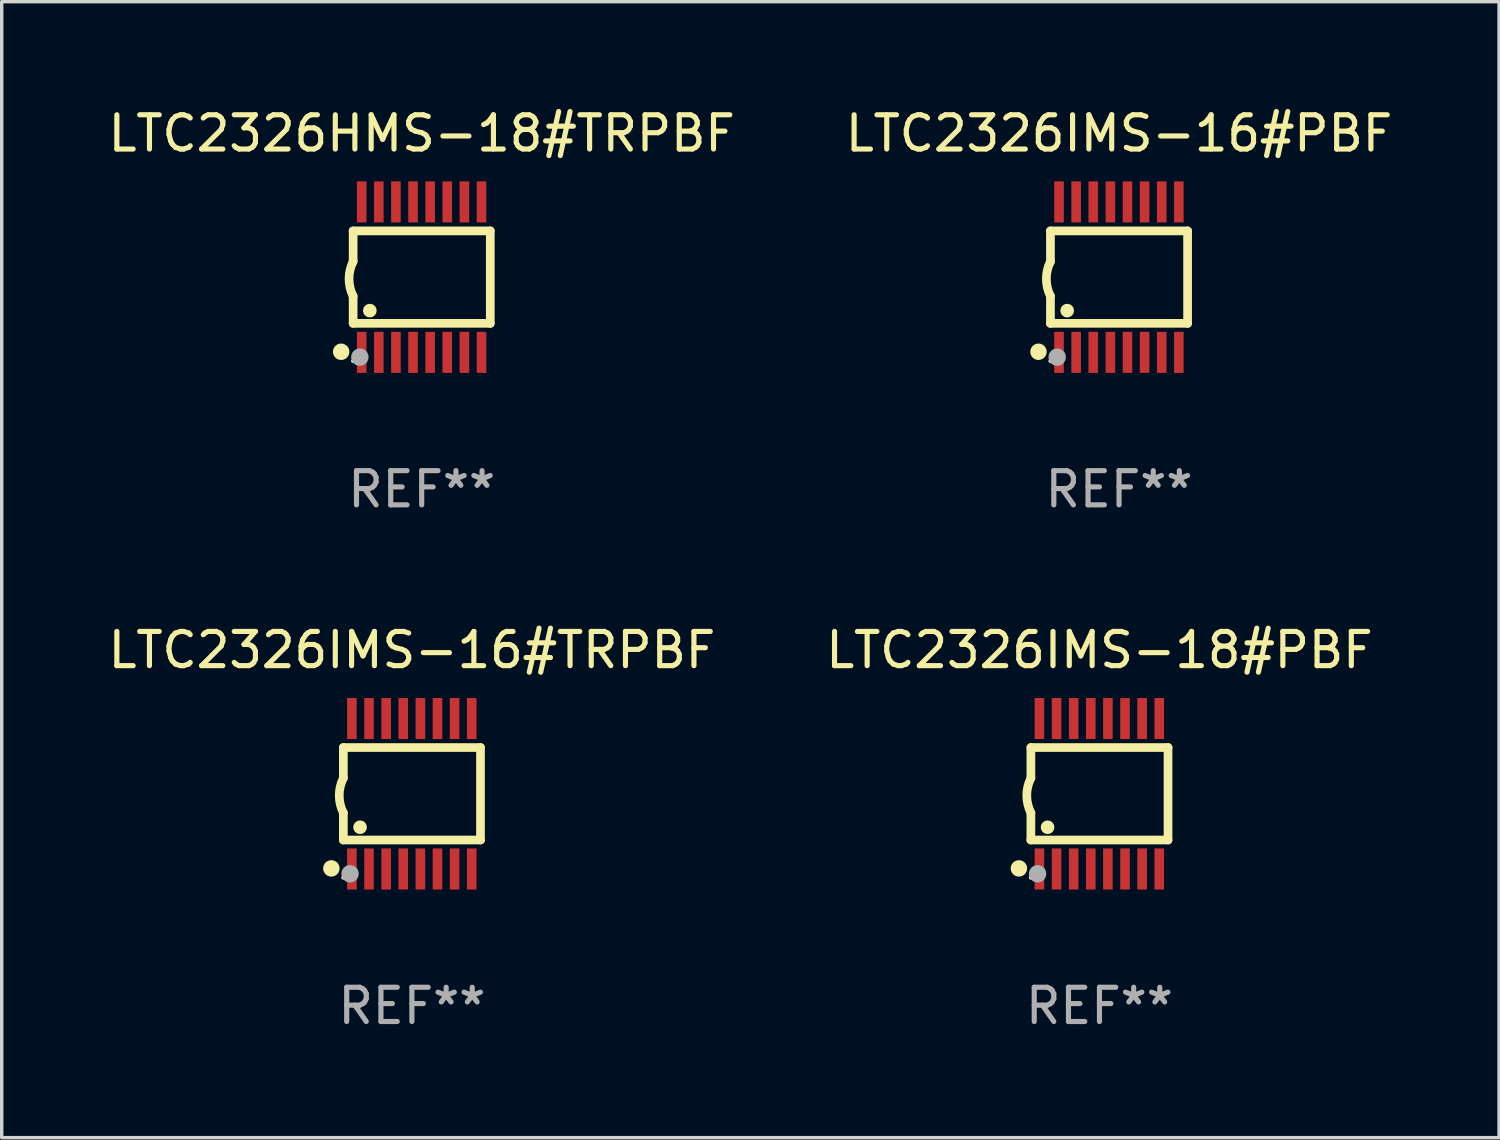
<source format=kicad_pcb>
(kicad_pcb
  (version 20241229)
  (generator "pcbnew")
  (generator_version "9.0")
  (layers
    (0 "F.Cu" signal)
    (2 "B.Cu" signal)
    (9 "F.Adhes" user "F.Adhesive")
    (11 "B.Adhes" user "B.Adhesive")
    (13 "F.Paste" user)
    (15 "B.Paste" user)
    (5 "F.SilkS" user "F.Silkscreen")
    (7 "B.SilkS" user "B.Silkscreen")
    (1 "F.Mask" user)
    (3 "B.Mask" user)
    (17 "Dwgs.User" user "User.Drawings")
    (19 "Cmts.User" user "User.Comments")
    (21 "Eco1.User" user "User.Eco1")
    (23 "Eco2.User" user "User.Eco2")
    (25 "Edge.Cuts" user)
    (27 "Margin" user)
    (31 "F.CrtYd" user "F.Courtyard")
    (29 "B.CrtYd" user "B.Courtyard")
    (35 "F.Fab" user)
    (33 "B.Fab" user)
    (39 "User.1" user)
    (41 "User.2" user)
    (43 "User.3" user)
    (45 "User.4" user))
  (footprint "LTC2326IMS-18#PBF"
    (layer "F.Cu")
    (at 29.065 20.136)
    (property "Reference" "LTC2326IMS-18#PBF" (at 0 -4.197 0) (layer "F.SilkS") (effects (font (size 1 1) (thickness 0.15))))
    (attr through_hole)
    (fp_line (start -2.003 -1.35) (end -2.003 -0.457) (stroke (width 0.254) (type solid)) (layer "F.SilkS"))
    (fp_line (start -2.003 -1.35) (end 2.003 -1.35) (stroke (width 0.254) (type solid)) (layer "F.SilkS"))
    (fp_line (start -2.003 1.35) (end -2.003 0.559) (stroke (width 0.254) (type solid)) (layer "F.SilkS"))
    (fp_line (start -2.003 1.35) (end 2.003 1.35) (stroke (width 0.254) (type solid)) (layer "F.SilkS"))
    (fp_line (start 2.003 -1.35) (end 2.003 1.35) (stroke (width 0.254) (type solid)) (layer "F.SilkS"))
    (fp_arc (start -2.002286 0.558802) (mid -2.122556 0.05092) (end -2.003302 -0.457201) (stroke (width 0.254001) (type solid)) (layer "F.SilkS"))
    (fp_circle (center -2.353 2.18) (end -2.233 2.18) (stroke (width 0.24) (type solid)) (fill no) (layer "F.SilkS"))
    (fp_circle (center -2.003 2.45) (end -1.973 2.45) (stroke (width 0.06) (type solid)) (fill no) (layer "F.SilkS"))
    (fp_circle (center -1.515 0.978) (end -1.415 0.978) (stroke (width 0.2) (type solid)) (fill no) (layer "F.SilkS"))
    (fp_circle (center -1.807 2.337) (end -1.68 2.337) (stroke (width 0.254) (type solid)) (fill no) (layer "F.Fab"))
    (fp_text user "REF**" (at 0 6.197 0) (layer "F.Fab") (effects (font (size 1 1) (thickness 0.15))))
    (pad "1" smd rect (at -1.753 2.197 90) (size 1.2 0.28) (layers "F.Cu" "F.Mask" "F.Paste"))
    (pad "2" smd rect (at -1.253 2.197 90) (size 1.2 0.28) (layers "F.Cu" "F.Mask" "F.Paste"))
    (pad "3" smd rect (at -0.753 2.197 90) (size 1.2 0.28) (layers "F.Cu" "F.Mask" "F.Paste"))
    (pad "4" smd rect (at -0.253 2.197 90) (size 1.2 0.28) (layers "F.Cu" "F.Mask" "F.Paste"))
    (pad "5" smd rect (at 0.247 2.197 90) (size 1.2 0.28) (layers "F.Cu" "F.Mask" "F.Paste"))
    (pad "6" smd rect (at 0.747 2.197 90) (size 1.2 0.28) (layers "F.Cu" "F.Mask" "F.Paste"))
    (pad "7" smd rect (at 1.247 2.197 90) (size 1.2 0.28) (layers "F.Cu" "F.Mask" "F.Paste"))
    (pad "8" smd rect (at 1.747 2.197 90) (size 1.2 0.28) (layers "F.Cu" "F.Mask" "F.Paste"))
    (pad "9" smd rect (at 1.747 -2.197 90) (size 1.2 0.28) (layers "F.Cu" "F.Mask" "F.Paste"))
    (pad "10" smd rect (at 1.247 -2.197 90) (size 1.2 0.28) (layers "F.Cu" "F.Mask" "F.Paste"))
    (pad "11" smd rect (at 0.747 -2.197 90) (size 1.2 0.28) (layers "F.Cu" "F.Mask" "F.Paste"))
    (pad "12" smd rect (at 0.247 -2.197 90) (size 1.2 0.28) (layers "F.Cu" "F.Mask" "F.Paste"))
    (pad "13" smd rect (at -0.253 -2.197 90) (size 1.2 0.28) (layers "F.Cu" "F.Mask" "F.Paste"))
    (pad "14" smd rect (at -0.753 -2.197 90) (size 1.2 0.28) (layers "F.Cu" "F.Mask" "F.Paste"))
    (pad "15" smd rect (at -1.253 -2.197 90) (size 1.2 0.28) (layers "F.Cu" "F.Mask" "F.Paste"))
    (pad "16" smd rect (at -1.753 -2.197 90) (size 1.2 0.28) (layers "F.Cu" "F.Mask" "F.Paste")))
  (footprint "LTC2326IMS-16#TRPBF"
    (layer "F.Cu")
    (at 8.982 20.136)
    (property "Reference" "LTC2326IMS-16#TRPBF" (at 0 -4.197 0) (layer "F.SilkS") (effects (font (size 1 1) (thickness 0.15))))
    (attr through_hole)
    (fp_line (start -2.003 -1.35) (end -2.003 -0.457) (stroke (width 0.254) (type solid)) (layer "F.SilkS"))
    (fp_line (start -2.003 -1.35) (end 2.003 -1.35) (stroke (width 0.254) (type solid)) (layer "F.SilkS"))
    (fp_line (start -2.003 1.35) (end -2.003 0.559) (stroke (width 0.254) (type solid)) (layer "F.SilkS"))
    (fp_line (start -2.003 1.35) (end 2.003 1.35) (stroke (width 0.254) (type solid)) (layer "F.SilkS"))
    (fp_line (start 2.003 -1.35) (end 2.003 1.35) (stroke (width 0.254) (type solid)) (layer "F.SilkS"))
    (fp_arc (start -2.002286 0.558802) (mid -2.122556 0.05092) (end -2.003302 -0.457201) (stroke (width 0.254001) (type solid)) (layer "F.SilkS"))
    (fp_circle (center -2.353 2.18) (end -2.233 2.18) (stroke (width 0.24) (type solid)) (fill no) (layer "F.SilkS"))
    (fp_circle (center -2.003 2.45) (end -1.973 2.45) (stroke (width 0.06) (type solid)) (fill no) (layer "F.SilkS"))
    (fp_circle (center -1.515 0.978) (end -1.415 0.978) (stroke (width 0.2) (type solid)) (fill no) (layer "F.SilkS"))
    (fp_circle (center -1.807 2.337) (end -1.68 2.337) (stroke (width 0.254) (type solid)) (fill no) (layer "F.Fab"))
    (fp_text user "REF**" (at 0 6.197 0) (layer "F.Fab") (effects (font (size 1 1) (thickness 0.15))))
    (pad "1" smd rect (at -1.753 2.197 90) (size 1.2 0.28) (layers "F.Cu" "F.Mask" "F.Paste"))
    (pad "2" smd rect (at -1.253 2.197 90) (size 1.2 0.28) (layers "F.Cu" "F.Mask" "F.Paste"))
    (pad "3" smd rect (at -0.753 2.197 90) (size 1.2 0.28) (layers "F.Cu" "F.Mask" "F.Paste"))
    (pad "4" smd rect (at -0.253 2.197 90) (size 1.2 0.28) (layers "F.Cu" "F.Mask" "F.Paste"))
    (pad "5" smd rect (at 0.247 2.197 90) (size 1.2 0.28) (layers "F.Cu" "F.Mask" "F.Paste"))
    (pad "6" smd rect (at 0.747 2.197 90) (size 1.2 0.28) (layers "F.Cu" "F.Mask" "F.Paste"))
    (pad "7" smd rect (at 1.247 2.197 90) (size 1.2 0.28) (layers "F.Cu" "F.Mask" "F.Paste"))
    (pad "8" smd rect (at 1.747 2.197 90) (size 1.2 0.28) (layers "F.Cu" "F.Mask" "F.Paste"))
    (pad "9" smd rect (at 1.747 -2.197 90) (size 1.2 0.28) (layers "F.Cu" "F.Mask" "F.Paste"))
    (pad "10" smd rect (at 1.247 -2.197 90) (size 1.2 0.28) (layers "F.Cu" "F.Mask" "F.Paste"))
    (pad "11" smd rect (at 0.747 -2.197 90) (size 1.2 0.28) (layers "F.Cu" "F.Mask" "F.Paste"))
    (pad "12" smd rect (at 0.247 -2.197 90) (size 1.2 0.28) (layers "F.Cu" "F.Mask" "F.Paste"))
    (pad "13" smd rect (at -0.253 -2.197 90) (size 1.2 0.28) (layers "F.Cu" "F.Mask" "F.Paste"))
    (pad "14" smd rect (at -0.753 -2.197 90) (size 1.2 0.28) (layers "F.Cu" "F.Mask" "F.Paste"))
    (pad "15" smd rect (at -1.253 -2.197 90) (size 1.2 0.28) (layers "F.Cu" "F.Mask" "F.Paste"))
    (pad "16" smd rect (at -1.753 -2.197 90) (size 1.2 0.28) (layers "F.Cu" "F.Mask" "F.Paste")))
  (footprint "LTC2326HMS-18#TRPBF"
    (layer "F.Cu")
    (at 9.268 5.045)
    (property "Reference" "LTC2326HMS-18#TRPBF" (at 0 -4.197 0) (layer "F.SilkS") (effects (font (size 1 1) (thickness 0.15))))
    (attr through_hole)
    (fp_line (start -2.003 -1.35) (end -2.003 -0.457) (stroke (width 0.254) (type solid)) (layer "F.SilkS"))
    (fp_line (start -2.003 -1.35) (end 2.003 -1.35) (stroke (width 0.254) (type solid)) (layer "F.SilkS"))
    (fp_line (start -2.003 1.35) (end -2.003 0.559) (stroke (width 0.254) (type solid)) (layer "F.SilkS"))
    (fp_line (start -2.003 1.35) (end 2.003 1.35) (stroke (width 0.254) (type solid)) (layer "F.SilkS"))
    (fp_line (start 2.003 -1.35) (end 2.003 1.35) (stroke (width 0.254) (type solid)) (layer "F.SilkS"))
    (fp_arc (start -2.002286 0.558802) (mid -2.122556 0.05092) (end -2.003302 -0.457201) (stroke (width 0.254001) (type solid)) (layer "F.SilkS"))
    (fp_circle (center -2.353 2.18) (end -2.233 2.18) (stroke (width 0.24) (type solid)) (fill no) (layer "F.SilkS"))
    (fp_circle (center -2.003 2.45) (end -1.973 2.45) (stroke (width 0.06) (type solid)) (fill no) (layer "F.SilkS"))
    (fp_circle (center -1.515 0.978) (end -1.415 0.978) (stroke (width 0.2) (type solid)) (fill no) (layer "F.SilkS"))
    (fp_circle (center -1.807 2.337) (end -1.68 2.337) (stroke (width 0.254) (type solid)) (fill no) (layer "F.Fab"))
    (fp_text user "REF**" (at 0 6.197 0) (layer "F.Fab") (effects (font (size 1 1) (thickness 0.15))))
    (pad "1" smd rect (at -1.753 2.197 90) (size 1.2 0.28) (layers "F.Cu" "F.Mask" "F.Paste"))
    (pad "2" smd rect (at -1.253 2.197 90) (size 1.2 0.28) (layers "F.Cu" "F.Mask" "F.Paste"))
    (pad "3" smd rect (at -0.753 2.197 90) (size 1.2 0.28) (layers "F.Cu" "F.Mask" "F.Paste"))
    (pad "4" smd rect (at -0.253 2.197 90) (size 1.2 0.28) (layers "F.Cu" "F.Mask" "F.Paste"))
    (pad "5" smd rect (at 0.247 2.197 90) (size 1.2 0.28) (layers "F.Cu" "F.Mask" "F.Paste"))
    (pad "6" smd rect (at 0.747 2.197 90) (size 1.2 0.28) (layers "F.Cu" "F.Mask" "F.Paste"))
    (pad "7" smd rect (at 1.247 2.197 90) (size 1.2 0.28) (layers "F.Cu" "F.Mask" "F.Paste"))
    (pad "8" smd rect (at 1.747 2.197 90) (size 1.2 0.28) (layers "F.Cu" "F.Mask" "F.Paste"))
    (pad "9" smd rect (at 1.747 -2.197 90) (size 1.2 0.28) (layers "F.Cu" "F.Mask" "F.Paste"))
    (pad "10" smd rect (at 1.247 -2.197 90) (size 1.2 0.28) (layers "F.Cu" "F.Mask" "F.Paste"))
    (pad "11" smd rect (at 0.747 -2.197 90) (size 1.2 0.28) (layers "F.Cu" "F.Mask" "F.Paste"))
    (pad "12" smd rect (at 0.247 -2.197 90) (size 1.2 0.28) (layers "F.Cu" "F.Mask" "F.Paste"))
    (pad "13" smd rect (at -0.253 -2.197 90) (size 1.2 0.28) (layers "F.Cu" "F.Mask" "F.Paste"))
    (pad "14" smd rect (at -0.753 -2.197 90) (size 1.2 0.28) (layers "F.Cu" "F.Mask" "F.Paste"))
    (pad "15" smd rect (at -1.253 -2.197 90) (size 1.2 0.28) (layers "F.Cu" "F.Mask" "F.Paste"))
    (pad "16" smd rect (at -1.753 -2.197 90) (size 1.2 0.28) (layers "F.Cu" "F.Mask" "F.Paste")))
  (footprint "LTC2326IMS-16#PBF"
    (layer "F.Cu")
    (at 29.637 5.045)
    (property "Reference" "LTC2326IMS-16#PBF" (at 0 -4.197 0) (layer "F.SilkS") (effects (font (size 1 1) (thickness 0.15))))
    (attr through_hole)
    (fp_line (start -2.003 -1.35) (end -2.003 -0.457) (stroke (width 0.254) (type solid)) (layer "F.SilkS"))
    (fp_line (start -2.003 -1.35) (end 2.003 -1.35) (stroke (width 0.254) (type solid)) (layer "F.SilkS"))
    (fp_line (start -2.003 1.35) (end -2.003 0.559) (stroke (width 0.254) (type solid)) (layer "F.SilkS"))
    (fp_line (start -2.003 1.35) (end 2.003 1.35) (stroke (width 0.254) (type solid)) (layer "F.SilkS"))
    (fp_line (start 2.003 -1.35) (end 2.003 1.35) (stroke (width 0.254) (type solid)) (layer "F.SilkS"))
    (fp_arc (start -2.002286 0.558802) (mid -2.122556 0.05092) (end -2.003302 -0.457201) (stroke (width 0.254001) (type solid)) (layer "F.SilkS"))
    (fp_circle (center -2.353 2.18) (end -2.233 2.18) (stroke (width 0.24) (type solid)) (fill no) (layer "F.SilkS"))
    (fp_circle (center -2.003 2.45) (end -1.973 2.45) (stroke (width 0.06) (type solid)) (fill no) (layer "F.SilkS"))
    (fp_circle (center -1.515 0.978) (end -1.415 0.978) (stroke (width 0.2) (type solid)) (fill no) (layer "F.SilkS"))
    (fp_circle (center -1.807 2.337) (end -1.68 2.337) (stroke (width 0.254) (type solid)) (fill no) (layer "F.Fab"))
    (fp_text user "REF**" (at 0 6.197 0) (layer "F.Fab") (effects (font (size 1 1) (thickness 0.15))))
    (pad "1" smd rect (at -1.753 2.197 90) (size 1.2 0.28) (layers "F.Cu" "F.Mask" "F.Paste"))
    (pad "2" smd rect (at -1.253 2.197 90) (size 1.2 0.28) (layers "F.Cu" "F.Mask" "F.Paste"))
    (pad "3" smd rect (at -0.753 2.197 90) (size 1.2 0.28) (layers "F.Cu" "F.Mask" "F.Paste"))
    (pad "4" smd rect (at -0.253 2.197 90) (size 1.2 0.28) (layers "F.Cu" "F.Mask" "F.Paste"))
    (pad "5" smd rect (at 0.247 2.197 90) (size 1.2 0.28) (layers "F.Cu" "F.Mask" "F.Paste"))
    (pad "6" smd rect (at 0.747 2.197 90) (size 1.2 0.28) (layers "F.Cu" "F.Mask" "F.Paste"))
    (pad "7" smd rect (at 1.247 2.197 90) (size 1.2 0.28) (layers "F.Cu" "F.Mask" "F.Paste"))
    (pad "8" smd rect (at 1.747 2.197 90) (size 1.2 0.28) (layers "F.Cu" "F.Mask" "F.Paste"))
    (pad "9" smd rect (at 1.747 -2.197 90) (size 1.2 0.28) (layers "F.Cu" "F.Mask" "F.Paste"))
    (pad "10" smd rect (at 1.247 -2.197 90) (size 1.2 0.28) (layers "F.Cu" "F.Mask" "F.Paste"))
    (pad "11" smd rect (at 0.747 -2.197 90) (size 1.2 0.28) (layers "F.Cu" "F.Mask" "F.Paste"))
    (pad "12" smd rect (at 0.247 -2.197 90) (size 1.2 0.28) (layers "F.Cu" "F.Mask" "F.Paste"))
    (pad "13" smd rect (at -0.253 -2.197 90) (size 1.2 0.28) (layers "F.Cu" "F.Mask" "F.Paste"))
    (pad "14" smd rect (at -0.753 -2.197 90) (size 1.2 0.28) (layers "F.Cu" "F.Mask" "F.Paste"))
    (pad "15" smd rect (at -1.253 -2.197 90) (size 1.2 0.28) (layers "F.Cu" "F.Mask" "F.Paste"))
    (pad "16" smd rect (at -1.753 -2.197 90) (size 1.2 0.28) (layers "F.Cu" "F.Mask" "F.Paste")))
  (gr_rect
    (start -3 -3)
    (end 40.738 30.181)
    (stroke (width 0.1) (type default))
    (fill no)
    (layer "Edge.Cuts")))
</source>
